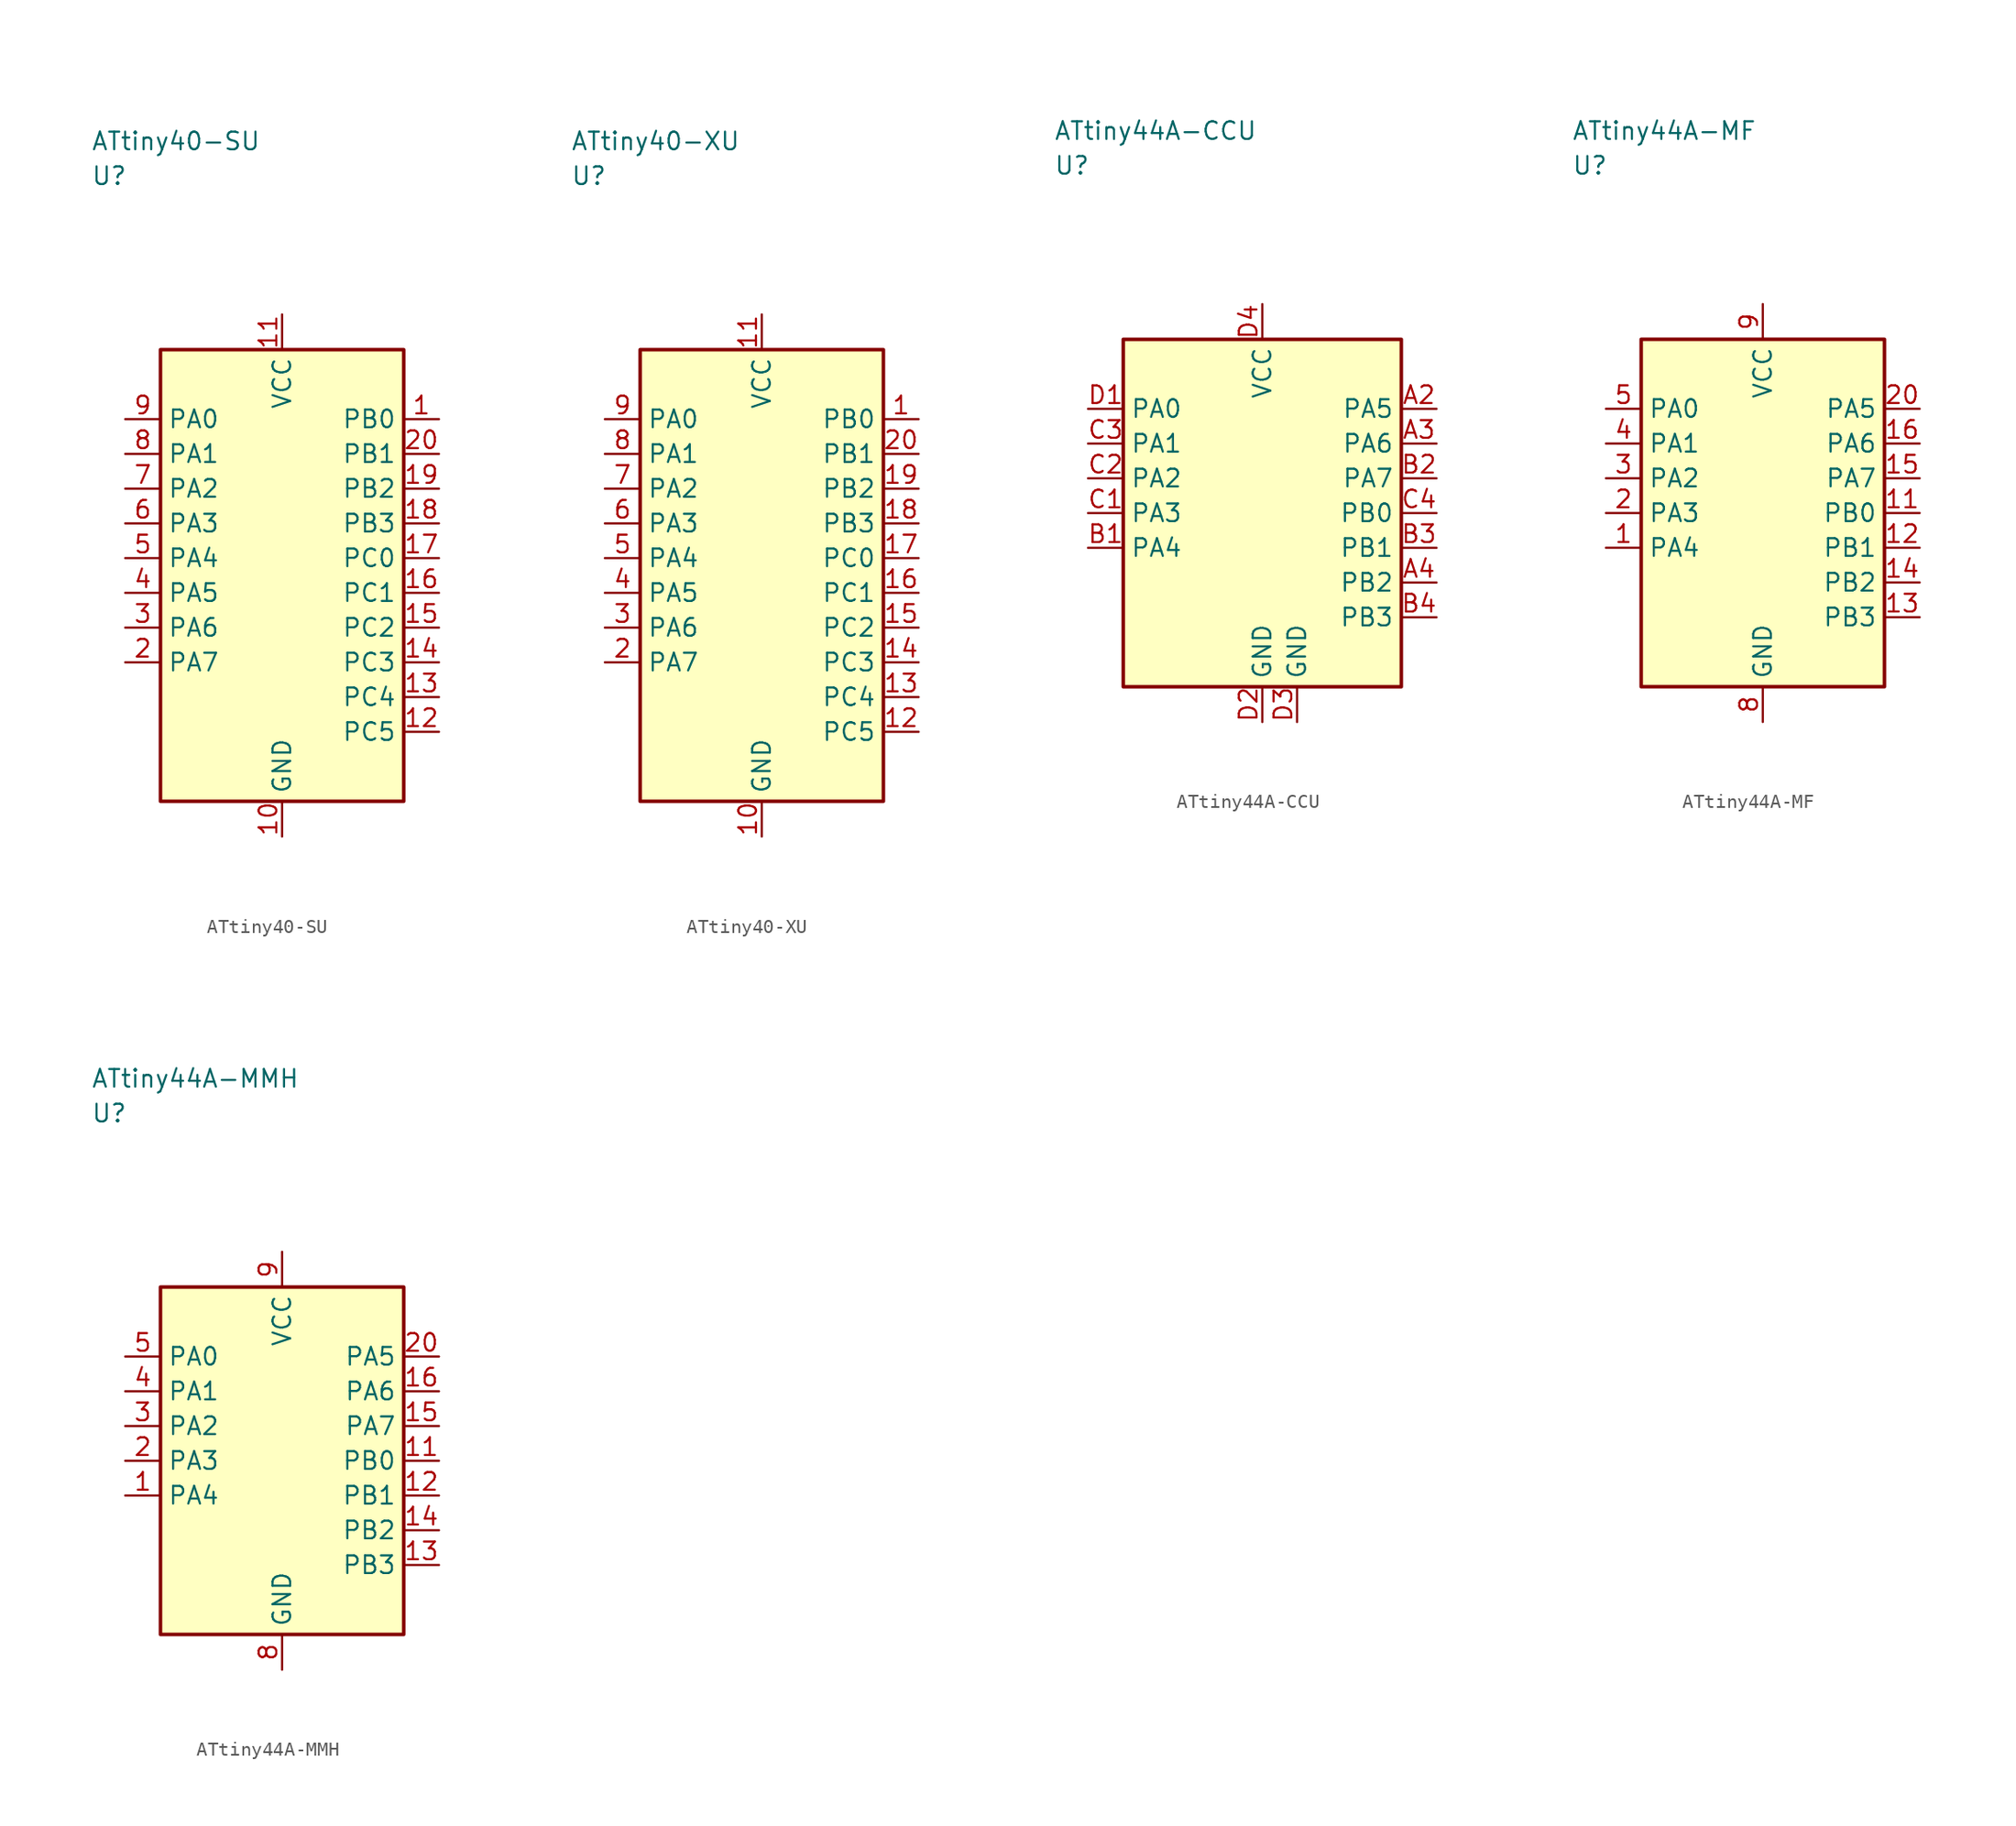
<source format=kicad_sym>
(kicad_symbol_lib
  (version 20241025)
  (generator "kicad_symbol_editor")
  (generator_version "8.0")
  (symbol "ATtiny40-SU"
    (property "Reference" "U"
      (at -13.75 28.75 0)
      (effects (font (size 1.27 1.27)) (justify left)))
    (property "Value" "ATtiny40-SU"
      (at -13.75 31.25 0)
      (effects (font (size 1.27 1.27)) (justify left)))
    (symbol "ATtiny40-SU_0_1"
      (rectangle (start -8.75 16.25) (end 8.75 -16.25) (stroke (width 0.254) (type default)) (fill (type background))))
    (symbol "ATtiny40-SU_1_1"
      (pin bidirectional line (at 11.29 11.25 180.0) (length 2.54) (name "PB0" (effects (font (size 1.27 1.27)))) (number "1" (effects (font (size 1.27 1.27)))))
      (pin bidirectional line (at -11.29 -6.25 0.0) (length 2.54) (name "PA7" (effects (font (size 1.27 1.27)))) (number "2" (effects (font (size 1.27 1.27)))))
      (pin bidirectional line (at -11.29 -3.75 0.0) (length 2.54) (name "PA6" (effects (font (size 1.27 1.27)))) (number "3" (effects (font (size 1.27 1.27)))))
      (pin bidirectional line (at -11.29 -1.25 0.0) (length 2.54) (name "PA5" (effects (font (size 1.27 1.27)))) (number "4" (effects (font (size 1.27 1.27)))))
      (pin bidirectional line (at -11.29 1.25 0.0) (length 2.54) (name "PA4" (effects (font (size 1.27 1.27)))) (number "5" (effects (font (size 1.27 1.27)))))
      (pin bidirectional line (at -11.29 3.75 0.0) (length 2.54) (name "PA3" (effects (font (size 1.27 1.27)))) (number "6" (effects (font (size 1.27 1.27)))))
      (pin bidirectional line (at -11.29 6.25 0.0) (length 2.54) (name "PA2" (effects (font (size 1.27 1.27)))) (number "7" (effects (font (size 1.27 1.27)))))
      (pin bidirectional line (at -11.29 8.75 0.0) (length 2.54) (name "PA1" (effects (font (size 1.27 1.27)))) (number "8" (effects (font (size 1.27 1.27)))))
      (pin bidirectional line (at -11.29 11.25 0.0) (length 2.54) (name "PA0" (effects (font (size 1.27 1.27)))) (number "9" (effects (font (size 1.27 1.27)))))
      (pin passive line (at 0.0 -18.79 90.0) (length 2.54) (name "GND" (effects (font (size 1.27 1.27)))) (number "10" (effects (font (size 1.27 1.27)))))
      (pin power_in line (at 0.0 18.79 270.0) (length 2.54) (name "VCC" (effects (font (size 1.27 1.27)))) (number "11" (effects (font (size 1.27 1.27)))))
      (pin bidirectional line (at 11.29 -11.25 180.0) (length 2.54) (name "PC5" (effects (font (size 1.27 1.27)))) (number "12" (effects (font (size 1.27 1.27)))))
      (pin bidirectional line (at 11.29 -8.75 180.0) (length 2.54) (name "PC4" (effects (font (size 1.27 1.27)))) (number "13" (effects (font (size 1.27 1.27)))))
      (pin bidirectional line (at 11.29 -6.25 180.0) (length 2.54) (name "PC3" (effects (font (size 1.27 1.27)))) (number "14" (effects (font (size 1.27 1.27)))))
      (pin bidirectional line (at 11.29 -3.75 180.0) (length 2.54) (name "PC2" (effects (font (size 1.27 1.27)))) (number "15" (effects (font (size 1.27 1.27)))))
      (pin bidirectional line (at 11.29 -1.25 180.0) (length 2.54) (name "PC1" (effects (font (size 1.27 1.27)))) (number "16" (effects (font (size 1.27 1.27)))))
      (pin bidirectional line (at 11.29 1.25 180.0) (length 2.54) (name "PC0" (effects (font (size 1.27 1.27)))) (number "17" (effects (font (size 1.27 1.27)))))
      (pin bidirectional line (at 11.29 3.75 180.0) (length 2.54) (name "PB3" (effects (font (size 1.27 1.27)))) (number "18" (effects (font (size 1.27 1.27)))))
      (pin bidirectional line (at 11.29 6.25 180.0) (length 2.54) (name "PB2" (effects (font (size 1.27 1.27)))) (number "19" (effects (font (size 1.27 1.27)))))
      (pin bidirectional line (at 11.29 8.75 180.0) (length 2.54) (name "PB1" (effects (font (size 1.27 1.27)))) (number "20" (effects (font (size 1.27 1.27)))))))
  (symbol "ATtiny40-XU"
    (property "Reference" "U"
      (at -13.75 28.75 0)
      (effects (font (size 1.27 1.27)) (justify left)))
    (property "Value" "ATtiny40-XU"
      (at -13.75 31.25 0)
      (effects (font (size 1.27 1.27)) (justify left)))
    (symbol "ATtiny40-XU_0_1"
      (rectangle (start -8.75 16.25) (end 8.75 -16.25) (stroke (width 0.254) (type default)) (fill (type background))))
    (symbol "ATtiny40-XU_1_1"
      (pin bidirectional line (at 11.29 11.25 180.0) (length 2.54) (name "PB0" (effects (font (size 1.27 1.27)))) (number "1" (effects (font (size 1.27 1.27)))))
      (pin bidirectional line (at -11.29 -6.25 0.0) (length 2.54) (name "PA7" (effects (font (size 1.27 1.27)))) (number "2" (effects (font (size 1.27 1.27)))))
      (pin bidirectional line (at -11.29 -3.75 0.0) (length 2.54) (name "PA6" (effects (font (size 1.27 1.27)))) (number "3" (effects (font (size 1.27 1.27)))))
      (pin bidirectional line (at -11.29 -1.25 0.0) (length 2.54) (name "PA5" (effects (font (size 1.27 1.27)))) (number "4" (effects (font (size 1.27 1.27)))))
      (pin bidirectional line (at -11.29 1.25 0.0) (length 2.54) (name "PA4" (effects (font (size 1.27 1.27)))) (number "5" (effects (font (size 1.27 1.27)))))
      (pin bidirectional line (at -11.29 3.75 0.0) (length 2.54) (name "PA3" (effects (font (size 1.27 1.27)))) (number "6" (effects (font (size 1.27 1.27)))))
      (pin bidirectional line (at -11.29 6.25 0.0) (length 2.54) (name "PA2" (effects (font (size 1.27 1.27)))) (number "7" (effects (font (size 1.27 1.27)))))
      (pin bidirectional line (at -11.29 8.75 0.0) (length 2.54) (name "PA1" (effects (font (size 1.27 1.27)))) (number "8" (effects (font (size 1.27 1.27)))))
      (pin bidirectional line (at -11.29 11.25 0.0) (length 2.54) (name "PA0" (effects (font (size 1.27 1.27)))) (number "9" (effects (font (size 1.27 1.27)))))
      (pin passive line (at 0.0 -18.79 90.0) (length 2.54) (name "GND" (effects (font (size 1.27 1.27)))) (number "10" (effects (font (size 1.27 1.27)))))
      (pin power_in line (at 0.0 18.79 270.0) (length 2.54) (name "VCC" (effects (font (size 1.27 1.27)))) (number "11" (effects (font (size 1.27 1.27)))))
      (pin bidirectional line (at 11.29 -11.25 180.0) (length 2.54) (name "PC5" (effects (font (size 1.27 1.27)))) (number "12" (effects (font (size 1.27 1.27)))))
      (pin bidirectional line (at 11.29 -8.75 180.0) (length 2.54) (name "PC4" (effects (font (size 1.27 1.27)))) (number "13" (effects (font (size 1.27 1.27)))))
      (pin bidirectional line (at 11.29 -6.25 180.0) (length 2.54) (name "PC3" (effects (font (size 1.27 1.27)))) (number "14" (effects (font (size 1.27 1.27)))))
      (pin bidirectional line (at 11.29 -3.75 180.0) (length 2.54) (name "PC2" (effects (font (size 1.27 1.27)))) (number "15" (effects (font (size 1.27 1.27)))))
      (pin bidirectional line (at 11.29 -1.25 180.0) (length 2.54) (name "PC1" (effects (font (size 1.27 1.27)))) (number "16" (effects (font (size 1.27 1.27)))))
      (pin bidirectional line (at 11.29 1.25 180.0) (length 2.54) (name "PC0" (effects (font (size 1.27 1.27)))) (number "17" (effects (font (size 1.27 1.27)))))
      (pin bidirectional line (at 11.29 3.75 180.0) (length 2.54) (name "PB3" (effects (font (size 1.27 1.27)))) (number "18" (effects (font (size 1.27 1.27)))))
      (pin bidirectional line (at 11.29 6.25 180.0) (length 2.54) (name "PB2" (effects (font (size 1.27 1.27)))) (number "19" (effects (font (size 1.27 1.27)))))
      (pin bidirectional line (at 11.29 8.75 180.0) (length 2.54) (name "PB1" (effects (font (size 1.27 1.27)))) (number "20" (effects (font (size 1.27 1.27)))))))
  (symbol "ATtiny44A-CCU"
    (property "Reference" "U"
      (at -15.0 25.0 0)
      (effects (font (size 1.27 1.27)) (justify left)))
    (property "Value" "ATtiny44A-CCU"
      (at -15.0 27.5 0)
      (effects (font (size 1.27 1.27)) (justify left)))
    (symbol "ATtiny44A-CCU_0_1"
      (rectangle (start -10.0 12.5) (end 10.0 -12.5) (stroke (width 0.254) (type default)) (fill (type background))))
    (symbol "ATtiny44A-CCU_1_1"
      (pin bidirectional line (at 12.54 7.5 180.0) (length 2.54) (name "PA5" (effects (font (size 1.27 1.27)))) (number "A2" (effects (font (size 1.27 1.27)))))
      (pin bidirectional line (at 12.54 5.0 180.0) (length 2.54) (name "PA6" (effects (font (size 1.27 1.27)))) (number "A3" (effects (font (size 1.27 1.27)))))
      (pin bidirectional line (at 12.54 -5.0 180.0) (length 2.54) (name "PB2" (effects (font (size 1.27 1.27)))) (number "A4" (effects (font (size 1.27 1.27)))))
      (pin bidirectional line (at -12.54 -2.5 0.0) (length 2.54) (name "PA4" (effects (font (size 1.27 1.27)))) (number "B1" (effects (font (size 1.27 1.27)))))
      (pin bidirectional line (at 12.54 2.5 180.0) (length 2.54) (name "PA7" (effects (font (size 1.27 1.27)))) (number "B2" (effects (font (size 1.27 1.27)))))
      (pin bidirectional line (at 12.54 -2.5 180.0) (length 2.54) (name "PB1" (effects (font (size 1.27 1.27)))) (number "B3" (effects (font (size 1.27 1.27)))))
      (pin bidirectional line (at 12.54 -7.5 180.0) (length 2.54) (name "PB3" (effects (font (size 1.27 1.27)))) (number "B4" (effects (font (size 1.27 1.27)))))
      (pin bidirectional line (at -12.54 0.0 0.0) (length 2.54) (name "PA3" (effects (font (size 1.27 1.27)))) (number "C1" (effects (font (size 1.27 1.27)))))
      (pin bidirectional line (at -12.54 2.5 0.0) (length 2.54) (name "PA2" (effects (font (size 1.27 1.27)))) (number "C2" (effects (font (size 1.27 1.27)))))
      (pin bidirectional line (at -12.54 5.0 0.0) (length 2.54) (name "PA1" (effects (font (size 1.27 1.27)))) (number "C3" (effects (font (size 1.27 1.27)))))
      (pin bidirectional line (at 12.54 0.0 180.0) (length 2.54) (name "PB0" (effects (font (size 1.27 1.27)))) (number "C4" (effects (font (size 1.27 1.27)))))
      (pin bidirectional line (at -12.54 7.5 0.0) (length 2.54) (name "PA0" (effects (font (size 1.27 1.27)))) (number "D1" (effects (font (size 1.27 1.27)))))
      (pin passive line (at 0.0 -15.04 90.0) (length 2.54) (name "GND" (effects (font (size 1.27 1.27)))) (number "D2" (effects (font (size 1.27 1.27)))))
      (pin passive line (at 2.5 -15.04 90.0) (length 2.54) (name "GND" (effects (font (size 1.27 1.27)))) (number "D3" (effects (font (size 1.27 1.27)))))
      (pin power_in line (at 0.0 15.04 270.0) (length 2.54) (name "VCC" (effects (font (size 1.27 1.27)))) (number "D4" (effects (font (size 1.27 1.27)))))))
  (symbol "ATtiny44A-MF"
    (property "Reference" "U"
      (at -13.75 25.0 0)
      (effects (font (size 1.27 1.27)) (justify left)))
    (property "Value" "ATtiny44A-MF"
      (at -13.75 27.5 0)
      (effects (font (size 1.27 1.27)) (justify left)))
    (symbol "ATtiny44A-MF_0_1"
      (rectangle (start -8.75 12.5) (end 8.75 -12.5) (stroke (width 0.254) (type default)) (fill (type background))))
    (symbol "ATtiny44A-MF_1_1"
      (pin bidirectional line (at -11.29 -2.5 0.0) (length 2.54) (name "PA4" (effects (font (size 1.27 1.27)))) (number "1" (effects (font (size 1.27 1.27)))))
      (pin bidirectional line (at -11.29 0.0 0.0) (length 2.54) (name "PA3" (effects (font (size 1.27 1.27)))) (number "2" (effects (font (size 1.27 1.27)))))
      (pin bidirectional line (at -11.29 2.5 0.0) (length 2.54) (name "PA2" (effects (font (size 1.27 1.27)))) (number "3" (effects (font (size 1.27 1.27)))))
      (pin bidirectional line (at -11.29 5.0 0.0) (length 2.54) (name "PA1" (effects (font (size 1.27 1.27)))) (number "4" (effects (font (size 1.27 1.27)))))
      (pin bidirectional line (at -11.29 7.5 0.0) (length 2.54) (name "PA0" (effects (font (size 1.27 1.27)))) (number "5" (effects (font (size 1.27 1.27)))))
      (pin passive line (at 0.0 -15.04 90.0) (length 2.54) (name "GND" (effects (font (size 1.27 1.27)))) (number "8" (effects (font (size 1.27 1.27)))))
      (pin power_in line (at 0.0 15.04 270.0) (length 2.54) (name "VCC" (effects (font (size 1.27 1.27)))) (number "9" (effects (font (size 1.27 1.27)))))
      (pin bidirectional line (at 11.29 0.0 180.0) (length 2.54) (name "PB0" (effects (font (size 1.27 1.27)))) (number "11" (effects (font (size 1.27 1.27)))))
      (pin bidirectional line (at 11.29 -2.5 180.0) (length 2.54) (name "PB1" (effects (font (size 1.27 1.27)))) (number "12" (effects (font (size 1.27 1.27)))))
      (pin bidirectional line (at 11.29 -7.5 180.0) (length 2.54) (name "PB3" (effects (font (size 1.27 1.27)))) (number "13" (effects (font (size 1.27 1.27)))))
      (pin bidirectional line (at 11.29 -5.0 180.0) (length 2.54) (name "PB2" (effects (font (size 1.27 1.27)))) (number "14" (effects (font (size 1.27 1.27)))))
      (pin bidirectional line (at 11.29 2.5 180.0) (length 2.54) (name "PA7" (effects (font (size 1.27 1.27)))) (number "15" (effects (font (size 1.27 1.27)))))
      (pin bidirectional line (at 11.29 5.0 180.0) (length 2.54) (name "PA6" (effects (font (size 1.27 1.27)))) (number "16" (effects (font (size 1.27 1.27)))))
      (pin bidirectional line (at 11.29 7.5 180.0) (length 2.54) (name "PA5" (effects (font (size 1.27 1.27)))) (number "20" (effects (font (size 1.27 1.27)))))))
  (symbol "ATtiny44A-MMH"
    (property "Reference" "U"
      (at -13.75 25.0 0)
      (effects (font (size 1.27 1.27)) (justify left)))
    (property "Value" "ATtiny44A-MMH"
      (at -13.75 27.5 0)
      (effects (font (size 1.27 1.27)) (justify left)))
    (symbol "ATtiny44A-MMH_0_1"
      (rectangle (start -8.75 12.5) (end 8.75 -12.5) (stroke (width 0.254) (type default)) (fill (type background))))
    (symbol "ATtiny44A-MMH_1_1"
      (pin bidirectional line (at -11.29 -2.5 0.0) (length 2.54) (name "PA4" (effects (font (size 1.27 1.27)))) (number "1" (effects (font (size 1.27 1.27)))))
      (pin bidirectional line (at -11.29 0.0 0.0) (length 2.54) (name "PA3" (effects (font (size 1.27 1.27)))) (number "2" (effects (font (size 1.27 1.27)))))
      (pin bidirectional line (at -11.29 2.5 0.0) (length 2.54) (name "PA2" (effects (font (size 1.27 1.27)))) (number "3" (effects (font (size 1.27 1.27)))))
      (pin bidirectional line (at -11.29 5.0 0.0) (length 2.54) (name "PA1" (effects (font (size 1.27 1.27)))) (number "4" (effects (font (size 1.27 1.27)))))
      (pin bidirectional line (at -11.29 7.5 0.0) (length 2.54) (name "PA0" (effects (font (size 1.27 1.27)))) (number "5" (effects (font (size 1.27 1.27)))))
      (pin passive line (at 0.0 -15.04 90.0) (length 2.54) (name "GND" (effects (font (size 1.27 1.27)))) (number "8" (effects (font (size 1.27 1.27)))))
      (pin power_in line (at 0.0 15.04 270.0) (length 2.54) (name "VCC" (effects (font (size 1.27 1.27)))) (number "9" (effects (font (size 1.27 1.27)))))
      (pin bidirectional line (at 11.29 0.0 180.0) (length 2.54) (name "PB0" (effects (font (size 1.27 1.27)))) (number "11" (effects (font (size 1.27 1.27)))))
      (pin bidirectional line (at 11.29 -2.5 180.0) (length 2.54) (name "PB1" (effects (font (size 1.27 1.27)))) (number "12" (effects (font (size 1.27 1.27)))))
      (pin bidirectional line (at 11.29 -7.5 180.0) (length 2.54) (name "PB3" (effects (font (size 1.27 1.27)))) (number "13" (effects (font (size 1.27 1.27)))))
      (pin bidirectional line (at 11.29 -5.0 180.0) (length 2.54) (name "PB2" (effects (font (size 1.27 1.27)))) (number "14" (effects (font (size 1.27 1.27)))))
      (pin bidirectional line (at 11.29 2.5 180.0) (length 2.54) (name "PA7" (effects (font (size 1.27 1.27)))) (number "15" (effects (font (size 1.27 1.27)))))
      (pin bidirectional line (at 11.29 5.0 180.0) (length 2.54) (name "PA6" (effects (font (size 1.27 1.27)))) (number "16" (effects (font (size 1.27 1.27)))))
      (pin bidirectional line (at 11.29 7.5 180.0) (length 2.54) (name "PA5" (effects (font (size 1.27 1.27)))) (number "20" (effects (font (size 1.27 1.27))))))))
</source>
